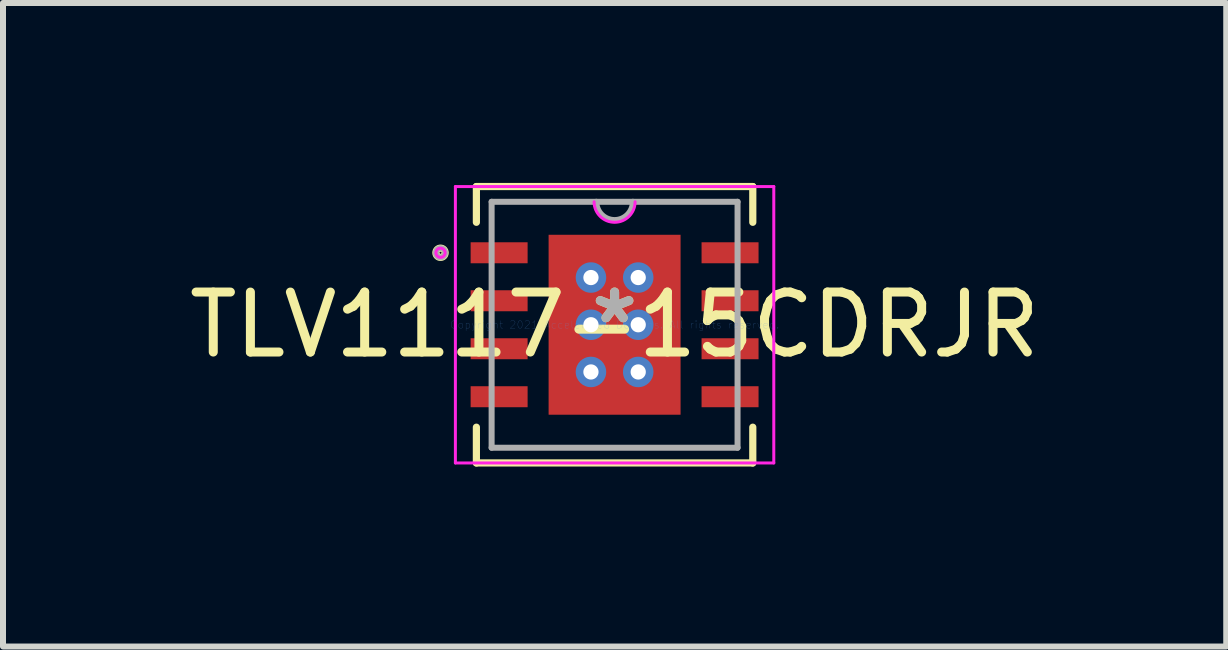
<source format=kicad_pcb>
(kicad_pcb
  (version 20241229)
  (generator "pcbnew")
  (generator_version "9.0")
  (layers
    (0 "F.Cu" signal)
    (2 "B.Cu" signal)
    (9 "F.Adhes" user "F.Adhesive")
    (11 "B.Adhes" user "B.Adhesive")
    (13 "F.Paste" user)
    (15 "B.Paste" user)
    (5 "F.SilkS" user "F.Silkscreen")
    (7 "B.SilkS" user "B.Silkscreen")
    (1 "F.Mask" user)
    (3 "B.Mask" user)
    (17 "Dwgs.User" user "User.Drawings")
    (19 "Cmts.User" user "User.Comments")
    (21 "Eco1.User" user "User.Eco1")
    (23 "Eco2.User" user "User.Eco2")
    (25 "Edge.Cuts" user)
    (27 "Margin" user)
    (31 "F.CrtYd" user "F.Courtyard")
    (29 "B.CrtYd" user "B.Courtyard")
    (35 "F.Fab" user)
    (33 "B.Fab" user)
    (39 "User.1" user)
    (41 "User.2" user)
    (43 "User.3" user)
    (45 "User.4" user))
  (footprint "TLV1117-15CDRJR"
    (layer "F.Cu")
    (at 7.196 2.364)
    (property "Reference" "TLV1117-15CDRJR" (at 0 0 0) (layer "F.SilkS") (effects (font (size 1 1) (thickness 0.15))))
    (attr through_hole)
    (fp_poly (pts (xy -2.47 -1.445) (xy -2.47 -0.955) (xy -1.38 -0.955) (xy -1.38 -1.445)) (stroke (width 0.1) (type solid)) (fill yes) (layer "F.Mask"))
    (fp_poly (pts (xy -2.47 -0.645) (xy -2.47 -0.155) (xy -1.38 -0.155) (xy -1.38 -0.645)) (stroke (width 0.1) (type solid)) (fill yes) (layer "F.Mask"))
    (fp_poly (pts (xy -2.47 0.155) (xy -2.47 0.645) (xy -1.38 0.645) (xy -1.38 0.155)) (stroke (width 0.1) (type solid)) (fill yes) (layer "F.Mask"))
    (fp_poly (pts (xy -2.47 0.955) (xy -2.47 1.445) (xy -1.38 1.445) (xy -1.38 0.955)) (stroke (width 0.1) (type solid)) (fill yes) (layer "F.Mask"))
    (fp_poly (pts (xy -1.163 -1.563) (xy -0.594 -1.563) (xy -0.594 1.563) (xy -1.163 1.563)) (stroke (width 0.1) (type solid)) (fill yes) (layer "F.Mask"))
    (fp_poly (pts (xy -1.163 -1.563) (xy 1.163 -1.563) (xy 1.163 -0.987) (xy -1.163 -0.987)) (stroke (width 0.1) (type solid)) (fill yes) (layer "F.Mask"))
    (fp_poly (pts (xy -1.163 -0.587) (xy 1.163 -0.587) (xy 1.163 -0.2) (xy -1.163 -0.2)) (stroke (width 0.1) (type solid)) (fill yes) (layer "F.Mask"))
    (fp_poly (pts (xy -1.163 0.2) (xy 1.163 0.2) (xy 1.163 0.587) (xy -1.163 0.587)) (stroke (width 0.1) (type solid)) (fill yes) (layer "F.Mask"))
    (fp_poly (pts (xy -1.163 0.987) (xy 1.163 0.987) (xy 1.163 1.563) (xy -1.163 1.563)) (stroke (width 0.1) (type solid)) (fill yes) (layer "F.Mask"))
    (fp_poly (pts (xy 0.194 -1.563) (xy -0.194 -1.563) (xy -0.194 1.563) (xy 0.194 1.563)) (stroke (width 0.1) (type solid)) (fill yes) (layer "F.Mask"))
    (fp_poly (pts (xy 0.594 -1.563) (xy 1.163 -1.563) (xy 1.163 1.563) (xy 0.594 1.563)) (stroke (width 0.1) (type solid)) (fill yes) (layer "F.Mask"))
    (fp_poly (pts (xy 1.38 -1.445) (xy 1.38 -0.955) (xy 2.47 -0.955) (xy 2.47 -1.445)) (stroke (width 0.1) (type solid)) (fill yes) (layer "F.Mask"))
    (fp_poly (pts (xy 1.38 -0.645) (xy 1.38 -0.155) (xy 2.47 -0.155) (xy 2.47 -0.645)) (stroke (width 0.1) (type solid)) (fill yes) (layer "F.Mask"))
    (fp_poly (pts (xy 1.38 0.155) (xy 1.38 0.645) (xy 2.47 0.645) (xy 2.47 0.155)) (stroke (width 0.1) (type solid)) (fill yes) (layer "F.Mask"))
    (fp_poly (pts (xy 1.38 0.955) (xy 1.38 1.445) (xy 2.47 1.445) (xy 2.47 0.955)) (stroke (width 0.1) (type solid)) (fill yes) (layer "F.Mask"))
    (fp_line (start -2.304 -2.304) (end -2.304 -1.708) (stroke (width 0.12) (type solid)) (layer "F.SilkS"))
    (fp_line (start -2.304 1.708) (end -2.304 2.304) (stroke (width 0.12) (type solid)) (layer "F.SilkS"))
    (fp_line (start -2.304 2.304) (end 2.304 2.304) (stroke (width 0.12) (type solid)) (layer "F.SilkS"))
    (fp_line (start 2.304 -2.304) (end -2.304 -2.304) (stroke (width 0.12) (type solid)) (layer "F.SilkS"))
    (fp_line (start 2.304 -1.708) (end 2.304 -2.304) (stroke (width 0.12) (type solid)) (layer "F.SilkS"))
    (fp_line (start 2.304 2.304) (end 2.304 1.708) (stroke (width 0.12) (type solid)) (layer "F.SilkS"))
    (fp_circle (center -2.902 -1.2) (end -2.825 -1.2) (stroke (width 0.12) (type solid)) (fill no) (layer "F.SilkS"))
    (fp_poly (pts (xy -2.375 -1.35) (xy -2.375 -1.05) (xy -1.475 -1.05) (xy -1.475 -1.35)) (stroke (width 0.1) (type solid)) (fill yes) (layer "F.Paste"))
    (fp_poly (pts (xy -2.375 -0.55) (xy -2.375 -0.25) (xy -1.475 -0.25) (xy -1.475 -0.55)) (stroke (width 0.1) (type solid)) (fill yes) (layer "F.Paste"))
    (fp_poly (pts (xy -2.375 0.25) (xy -2.375 0.55) (xy -1.475 0.55) (xy -1.475 0.25)) (stroke (width 0.1) (type solid)) (fill yes) (layer "F.Paste"))
    (fp_poly (pts (xy -2.375 1.05) (xy -2.375 1.35) (xy -1.475 1.35) (xy -1.475 1.05)) (stroke (width 0.1) (type solid)) (fill yes) (layer "F.Paste"))
    (fp_poly (pts (xy 1.475 -1.35) (xy 1.475 -1.05) (xy 2.375 -1.05) (xy 2.375 -1.35)) (stroke (width 0.1) (type solid)) (fill yes) (layer "F.Paste"))
    (fp_poly (pts (xy 1.475 -0.55) (xy 1.475 -0.25) (xy 2.375 -0.25) (xy 2.375 -0.55)) (stroke (width 0.1) (type solid)) (fill yes) (layer "F.Paste"))
    (fp_poly (pts (xy 1.475 0.25) (xy 1.475 0.55) (xy 2.375 0.55) (xy 2.375 0.25)) (stroke (width 0.1) (type solid)) (fill yes) (layer "F.Paste"))
    (fp_poly (pts (xy 1.475 1.05) (xy 1.475 1.35) (xy 2.375 1.35) (xy 2.375 1.05)) (stroke (width 0.1) (type solid)) (fill yes) (layer "F.Paste"))
    (fp_poly (pts (xy -1.025 -1.425) (xy -1.025 -0.887) (xy -0.635 -0.887) (xy -0.494 -1.029) (xy -0.494 -1.425)) (stroke (width 0.1) (type solid)) (fill yes) (layer "F.Paste"))
    (fp_poly (pts (xy -1.025 0.887) (xy -1.025 1.425) (xy -0.494 1.425) (xy -0.494 1.029) (xy -0.635 0.887)) (stroke (width 0.1) (type solid)) (fill yes) (layer "F.Paste"))
    (fp_poly (pts (xy 0.494 -1.425) (xy 0.494 -1.029) (xy 0.635 -0.887) (xy 1.025 -0.887) (xy 1.025 -1.425)) (stroke (width 0.1) (type solid)) (fill yes) (layer "F.Paste"))
    (fp_poly (pts (xy 0.635 0.887) (xy 0.494 1.029) (xy 0.494 1.425) (xy 1.025 1.425) (xy 1.025 0.887)) (stroke (width 0.1) (type solid)) (fill yes) (layer "F.Paste"))
    (fp_poly (pts (xy -1.025 -0.687) (xy -1.025 -0.1) (xy -0.635 -0.1) (xy -0.494 -0.241) (xy -0.494 -0.546) (xy -0.635 -0.687)) (stroke (width 0.1) (type solid)) (fill yes) (layer "F.Paste"))
    (fp_poly (pts (xy -1.025 0.1) (xy -1.025 0.687) (xy -0.635 0.687) (xy -0.494 0.546) (xy -0.494 0.241) (xy -0.635 0.1)) (stroke (width 0.1) (type solid)) (fill yes) (layer "F.Paste"))
    (fp_poly (pts (xy -0.294 -1.425) (xy -0.294 -1.029) (xy -0.152 -0.887) (xy 0.152 -0.887) (xy 0.294 -1.029) (xy 0.294 -1.425)) (stroke (width 0.1) (type solid)) (fill yes) (layer "F.Paste"))
    (fp_poly (pts (xy -0.152 0.887) (xy -0.294 1.029) (xy -0.294 1.425) (xy 0.294 1.425) (xy 0.294 1.029) (xy 0.152 0.887)) (stroke (width 0.1) (type solid)) (fill yes) (layer "F.Paste"))
    (fp_poly (pts (xy 0.635 -0.687) (xy 0.494 -0.546) (xy 0.494 -0.241) (xy 0.635 -0.1) (xy 1.025 -0.1) (xy 1.025 -0.687)) (stroke (width 0.1) (type solid)) (fill yes) (layer "F.Paste"))
    (fp_poly (pts (xy 0.635 0.1) (xy 0.494 0.241) (xy 0.494 0.546) (xy 0.635 0.687) (xy 1.025 0.687) (xy 1.025 0.1)) (stroke (width 0.1) (type solid)) (fill yes) (layer "F.Paste"))
    (fp_poly (pts (xy -0.152 -0.687) (xy -0.294 -0.546) (xy -0.294 -0.241) (xy -0.152 -0.1) (xy 0.152 -0.1) (xy 0.294 -0.241) (xy 0.294 -0.546) (xy 0.152 -0.687)) (stroke (width 0.1) (type solid)) (fill yes) (layer "F.Paste"))
    (fp_poly (pts (xy -0.152 0.1) (xy -0.294 0.241) (xy -0.294 0.546) (xy -0.152 0.687) (xy 0.152 0.687) (xy 0.294 0.546) (xy 0.294 0.241) (xy 0.152 0.1)) (stroke (width 0.1) (type solid)) (fill yes) (layer "F.Paste"))
    (fp_line (start -2.654 -2.304) (end 2.654 -2.304) (stroke (width 0.05) (type solid)) (layer "F.CrtYd"))
    (fp_line (start -2.654 2.304) (end -2.654 -2.304) (stroke (width 0.05) (type solid)) (layer "F.CrtYd"))
    (fp_line (start 2.654 -2.304) (end 2.654 2.304) (stroke (width 0.05) (type solid)) (layer "F.CrtYd"))
    (fp_line (start 2.654 2.304) (end -2.654 2.304) (stroke (width 0.05) (type solid)) (layer "F.CrtYd"))
    (fp_arc (start 0.341667 -2.05) (mid 0 -1.708333) (end -0.341667 -2.05) (stroke (width 0.05) (type solid)) (layer "F.CrtYd"))
    (fp_circle (center -2.902 -1.2) (end -2.825 -1.2) (stroke (width 0.05) (type solid)) (fill no) (layer "F.CrtYd"))
    (fp_line (start -2.05 -2.05) (end -2.05 2.05) (stroke (width 0.1) (type solid)) (layer "F.Fab"))
    (fp_line (start -2.05 2.05) (end 2.05 2.05) (stroke (width 0.1) (type solid)) (layer "F.Fab"))
    (fp_line (start 2.05 -2.05) (end -2.05 -2.05) (stroke (width 0.1) (type solid)) (layer "F.Fab"))
    (fp_line (start 2.05 2.05) (end 2.05 -2.05) (stroke (width 0.1) (type solid)) (layer "F.Fab"))
    (fp_arc (start 0.3048 -2.05) (mid 0 -1.7452) (end -0.3048 -2.05) (stroke (width 0.1) (type solid)) (layer "F.Fab"))
    (fp_circle (center -2.902 -1.2) (end -2.825 -1.2) (stroke (width 0.1) (type solid)) (fill no) (layer "F.Fab"))
    (fp_text user "*" (at 0 0 0) (layer "F.SilkS") (effects (font (size 1 1) (thickness 0.15))))
    (fp_text user "Copyright 2021 Accelerated Designs. All rights reserved." (at 0 0 0) (layer "Cmts.User") (effects (font (size 0.127 0.127) (thickness 0.002))))
    (fp_text user "*" (at 0 0 0) (layer "F.Fab") (effects (font (size 1 1) (thickness 0.15))))
    (pad "1" smd rect (at -1.925 -1.2) (size 0.95 0.35) (layers "F.Cu" "F.Mask" "F.Paste"))
    (pad "2" smd rect (at -1.925 -0.4) (size 0.95 0.35) (layers "F.Cu" "F.Mask" "F.Paste"))
    (pad "3" smd rect (at -1.925 0.4) (size 0.95 0.35) (layers "F.Cu" "F.Mask" "F.Paste"))
    (pad "4" smd rect (at -1.925 1.2) (size 0.95 0.35) (layers "F.Cu" "F.Mask" "F.Paste"))
    (pad "5" smd rect (at 1.925 1.2) (size 0.95 0.35) (layers "F.Cu" "F.Mask" "F.Paste"))
    (pad "6" smd rect (at 1.925 0.4) (size 0.95 0.35) (layers "F.Cu" "F.Mask" "F.Paste"))
    (pad "7" smd rect (at 1.925 -0.4) (size 0.95 0.35) (layers "F.Cu" "F.Mask" "F.Paste"))
    (pad "8" smd rect (at 1.925 -1.2) (size 0.95 0.35) (layers "F.Cu" "F.Mask" "F.Paste"))
    (pad "9" smd rect (at 0 0) (size 2.2 3) (layers "F.Cu" "F.Mask" "F.Paste"))
    (pad "V" thru_hole circle (at -0.394 -0.787) (size 0.508 0.508) (drill 0.254) (layers "*.Cu" "*.Mask"))
    (pad "V" thru_hole circle (at -0.394 0) (size 0.508 0.508) (drill 0.254) (layers "*.Cu" "*.Mask"))
    (pad "V" thru_hole circle (at -0.394 0.787) (size 0.508 0.508) (drill 0.254) (layers "*.Cu" "*.Mask"))
    (pad "V" thru_hole circle (at 0.394 -0.787) (size 0.508 0.508) (drill 0.254) (layers "*.Cu" "*.Mask"))
    (pad "V" thru_hole circle (at 0.394 0) (size 0.508 0.508) (drill 0.254) (layers "*.Cu" "*.Mask"))
    (pad "V" thru_hole circle (at 0.394 0.787) (size 0.508 0.508) (drill 0.254) (layers "*.Cu" "*.Mask")))
  (gr_rect
    (start -3 -3)
    (end 17.393 7.728)
    (stroke (width 0.1) (type default))
    (fill no)
    (layer "Edge.Cuts")))
</source>
